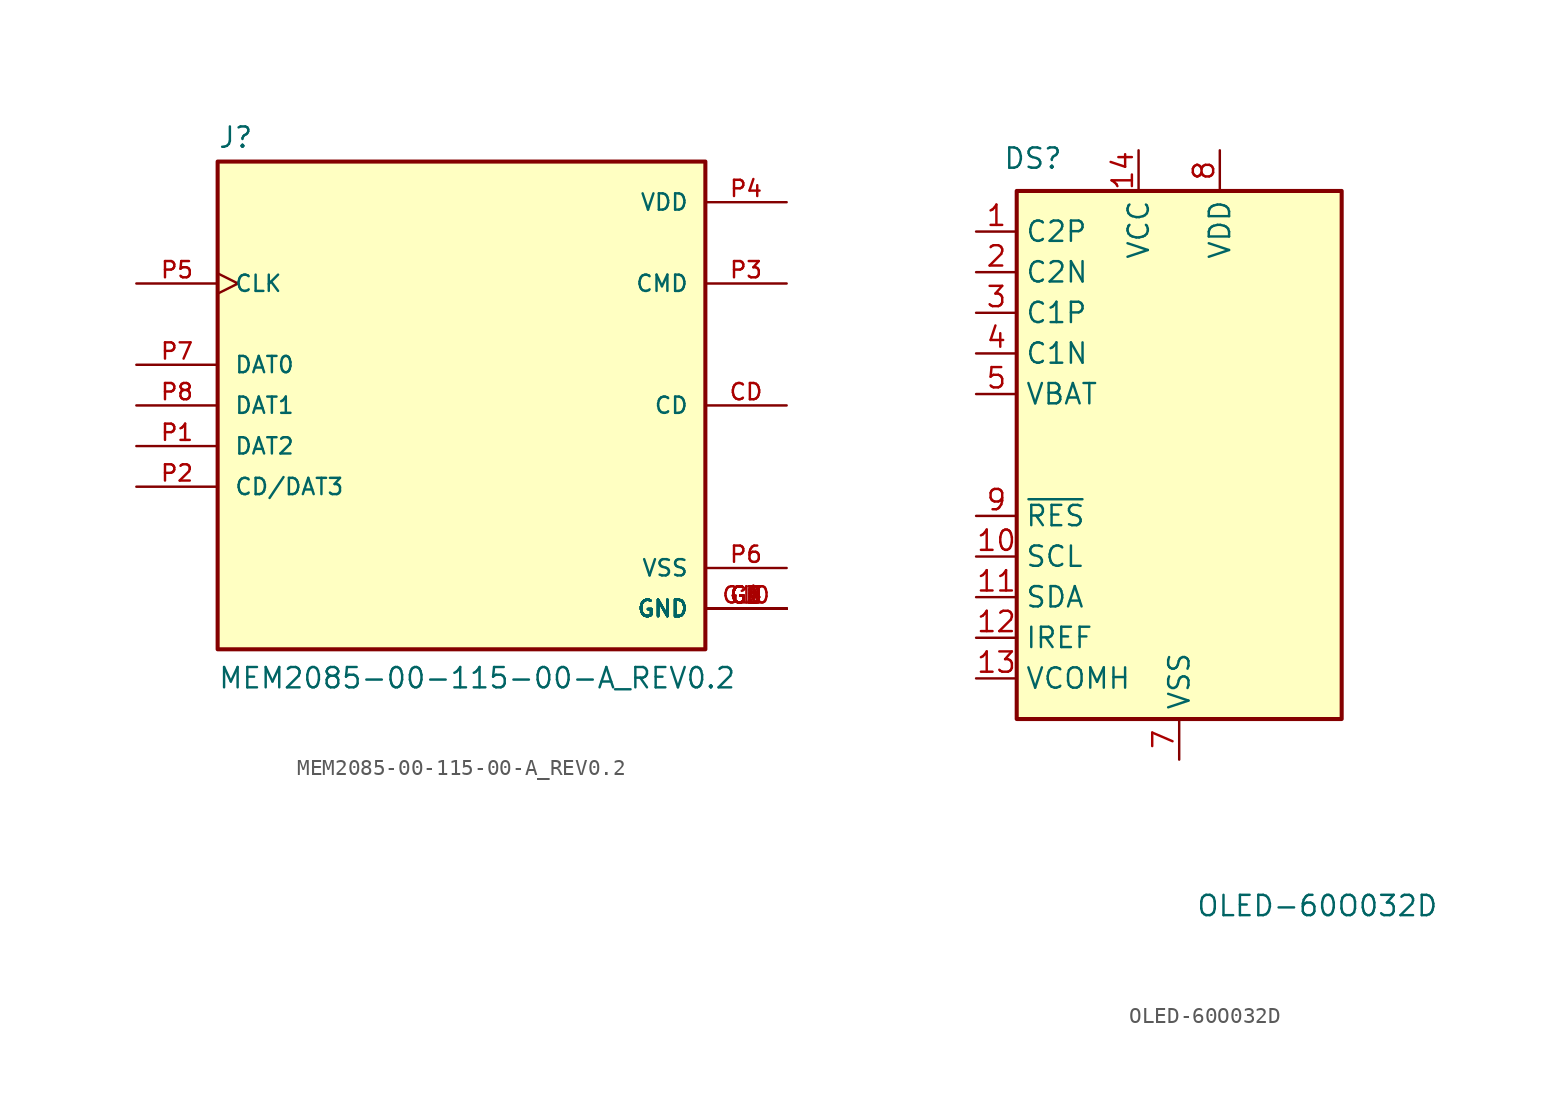
<source format=kicad_sym>
(kicad_symbol_lib
  (version 20231120)
  (generator "kicad_symbol_editor")
  (generator_version "8.0")
  (symbol "MEM2085-00-115-00-A_REV0.2"
    (pin_names
      (offset 1.016))
    (property "Reference" "J"
      (at -15.24 16.002 0)
      (effects (font (size 1.27 1.27)) (justify left bottom)))
    (property "Value" "MEM2085-00-115-00-A_REV0.2"
      (at -15.24 -17.78 0)
      (effects (font (size 1.27 1.27)) (justify left bottom)))
    (symbol "MEM2085-00-115-00-A_REV0.2_0_0"
      (rectangle (start -15.24 -15.24) (end 15.24 15.24) (stroke (width 0.254) (type default)) (fill (type background)))
      (pin bidirectional line (at 20.32 0 180) (length 5.08) (name "CD" (effects (font (size 1.016 1.016)))) (number "CD" (effects (font (size 1.016 1.016)))))
      (pin power_in line (at 20.32 -12.7 180) (length 5.08) (name "GND" (effects (font (size 1.016 1.016)))) (number "G1" (effects (font (size 1.016 1.016)))))
      (pin power_in line (at 20.32 -12.7 180) (length 5.08) (name "GND" (effects (font (size 1.016 1.016)))) (number "G10" (effects (font (size 1.016 1.016)))))
      (pin power_in line (at 20.32 -12.7 180) (length 5.08) (name "GND" (effects (font (size 1.016 1.016)))) (number "G2" (effects (font (size 1.016 1.016)))))
      (pin power_in line (at 20.32 -12.7 180) (length 5.08) (name "GND" (effects (font (size 1.016 1.016)))) (number "G3" (effects (font (size 1.016 1.016)))))
      (pin power_in line (at 20.32 -12.7 180) (length 5.08) (name "GND" (effects (font (size 1.016 1.016)))) (number "G4" (effects (font (size 1.016 1.016)))))
      (pin power_in line (at 20.32 -12.7 180) (length 5.08) (name "GND" (effects (font (size 1.016 1.016)))) (number "G5" (effects (font (size 1.016 1.016)))))
      (pin power_in line (at 20.32 -12.7 180) (length 5.08) (name "GND" (effects (font (size 1.016 1.016)))) (number "G6" (effects (font (size 1.016 1.016)))))
      (pin power_in line (at 20.32 -12.7 180) (length 5.08) (name "GND" (effects (font (size 1.016 1.016)))) (number "G7" (effects (font (size 1.016 1.016)))))
      (pin power_in line (at 20.32 -12.7 180) (length 5.08) (name "GND" (effects (font (size 1.016 1.016)))) (number "G8" (effects (font (size 1.016 1.016)))))
      (pin power_in line (at 20.32 -12.7 180) (length 5.08) (name "GND" (effects (font (size 1.016 1.016)))) (number "G9" (effects (font (size 1.016 1.016)))))
      (pin bidirectional line (at -20.32 -2.54 0) (length 5.08) (name "DAT2" (effects (font (size 1.016 1.016)))) (number "P1" (effects (font (size 1.016 1.016)))))
      (pin bidirectional line (at -20.32 -5.08 0) (length 5.08) (name "CD/DAT3" (effects (font (size 1.016 1.016)))) (number "P2" (effects (font (size 1.016 1.016)))))
      (pin bidirectional line (at 20.32 7.62 180) (length 5.08) (name "CMD" (effects (font (size 1.016 1.016)))) (number "P3" (effects (font (size 1.016 1.016)))))
      (pin power_in line (at 20.32 12.7 180) (length 5.08) (name "VDD" (effects (font (size 1.016 1.016)))) (number "P4" (effects (font (size 1.016 1.016)))))
      (pin bidirectional clock (at -20.32 7.62 0) (length 5.08) (name "CLK" (effects (font (size 1.016 1.016)))) (number "P5" (effects (font (size 1.016 1.016)))))
      (pin power_in line (at 20.32 -10.16 180) (length 5.08) (name "VSS" (effects (font (size 1.016 1.016)))) (number "P6" (effects (font (size 1.016 1.016)))))
      (pin bidirectional line (at -20.32 2.54 0) (length 5.08) (name "DAT0" (effects (font (size 1.016 1.016)))) (number "P7" (effects (font (size 1.016 1.016)))))
      (pin bidirectional line (at -20.32 0 0) (length 5.08) (name "DAT1" (effects (font (size 1.016 1.016)))) (number "P8" (effects (font (size 1.016 1.016)))))))
  (symbol "OLED-60O032D"
    (property "Reference" "DS"
      (at -9.144 37.592 0)
      (effects (font (size 1.27 1.27))))
    (property "Value" "OLED-60O032D"
      (at 8.636 -9.144 0)
      (effects (font (size 1.27 1.27))))
    (symbol "OLED-60O032D_0_1"
      (rectangle (start -10.16 35.56) (end 10.16 2.54) (stroke (width 0.254) (type default)) (fill (type background))))
    (symbol "OLED-60O032D_1_1"
      (pin passive line (at -12.7 33.02 0) (length 2.54) (name "C2P" (effects (font (size 1.27 1.27)))) (number "1" (effects (font (size 1.27 1.27)))))
      (pin input line (at -12.7 12.7 0) (length 2.54) (name "SCL" (effects (font (size 1.27 1.27)))) (number "10" (effects (font (size 1.27 1.27)))))
      (pin input line (at -12.7 10.16 0) (length 2.54) (name "SDA" (effects (font (size 1.27 1.27)))) (number "11" (effects (font (size 1.27 1.27)))))
      (pin passive line (at -12.7 7.62 0) (length 2.54) (name "IREF" (effects (font (size 1.27 1.27)))) (number "12" (effects (font (size 1.27 1.27)))))
      (pin passive line (at -12.7 5.08 0) (length 2.54) (name "VCOMH" (effects (font (size 1.27 1.27)))) (number "13" (effects (font (size 1.27 1.27)))))
      (pin power_in line (at -2.54 38.1 270) (length 2.54) (name "VCC" (effects (font (size 1.27 1.27)))) (number "14" (effects (font (size 1.27 1.27)))))
      (pin passive line (at -12.7 30.48 0) (length 2.54) (name "C2N" (effects (font (size 1.27 1.27)))) (number "2" (effects (font (size 1.27 1.27)))))
      (pin passive line (at -12.7 27.94 0) (length 2.54) (name "C1P" (effects (font (size 1.27 1.27)))) (number "3" (effects (font (size 1.27 1.27)))))
      (pin passive line (at -12.7 25.4 0) (length 2.54) (name "C1N" (effects (font (size 1.27 1.27)))) (number "4" (effects (font (size 1.27 1.27)))))
      (pin power_in line (at -12.7 22.86 0) (length 2.54) (name "VBAT" (effects (font (size 1.27 1.27)))) (number "5" (effects (font (size 1.27 1.27)))))
      (pin no_connect line (at 10.16 33.02 180) (length 2.54) hide (name "NC" (effects (font (size 1.27 1.27)))) (number "6" (effects (font (size 1.27 1.27)))))
      (pin power_in line (at 0 0 90) (length 2.54) (name "VSS" (effects (font (size 1.27 1.27)))) (number "7" (effects (font (size 1.27 1.27)))))
      (pin power_in line (at 2.54 38.1 270) (length 2.54) (name "VDD" (effects (font (size 1.27 1.27)))) (number "8" (effects (font (size 1.27 1.27)))))
      (pin input line (at -12.7 15.24 0) (length 2.54) (name "~{RES}" (effects (font (size 1.27 1.27)))) (number "9" (effects (font (size 1.27 1.27))))))))
</source>
